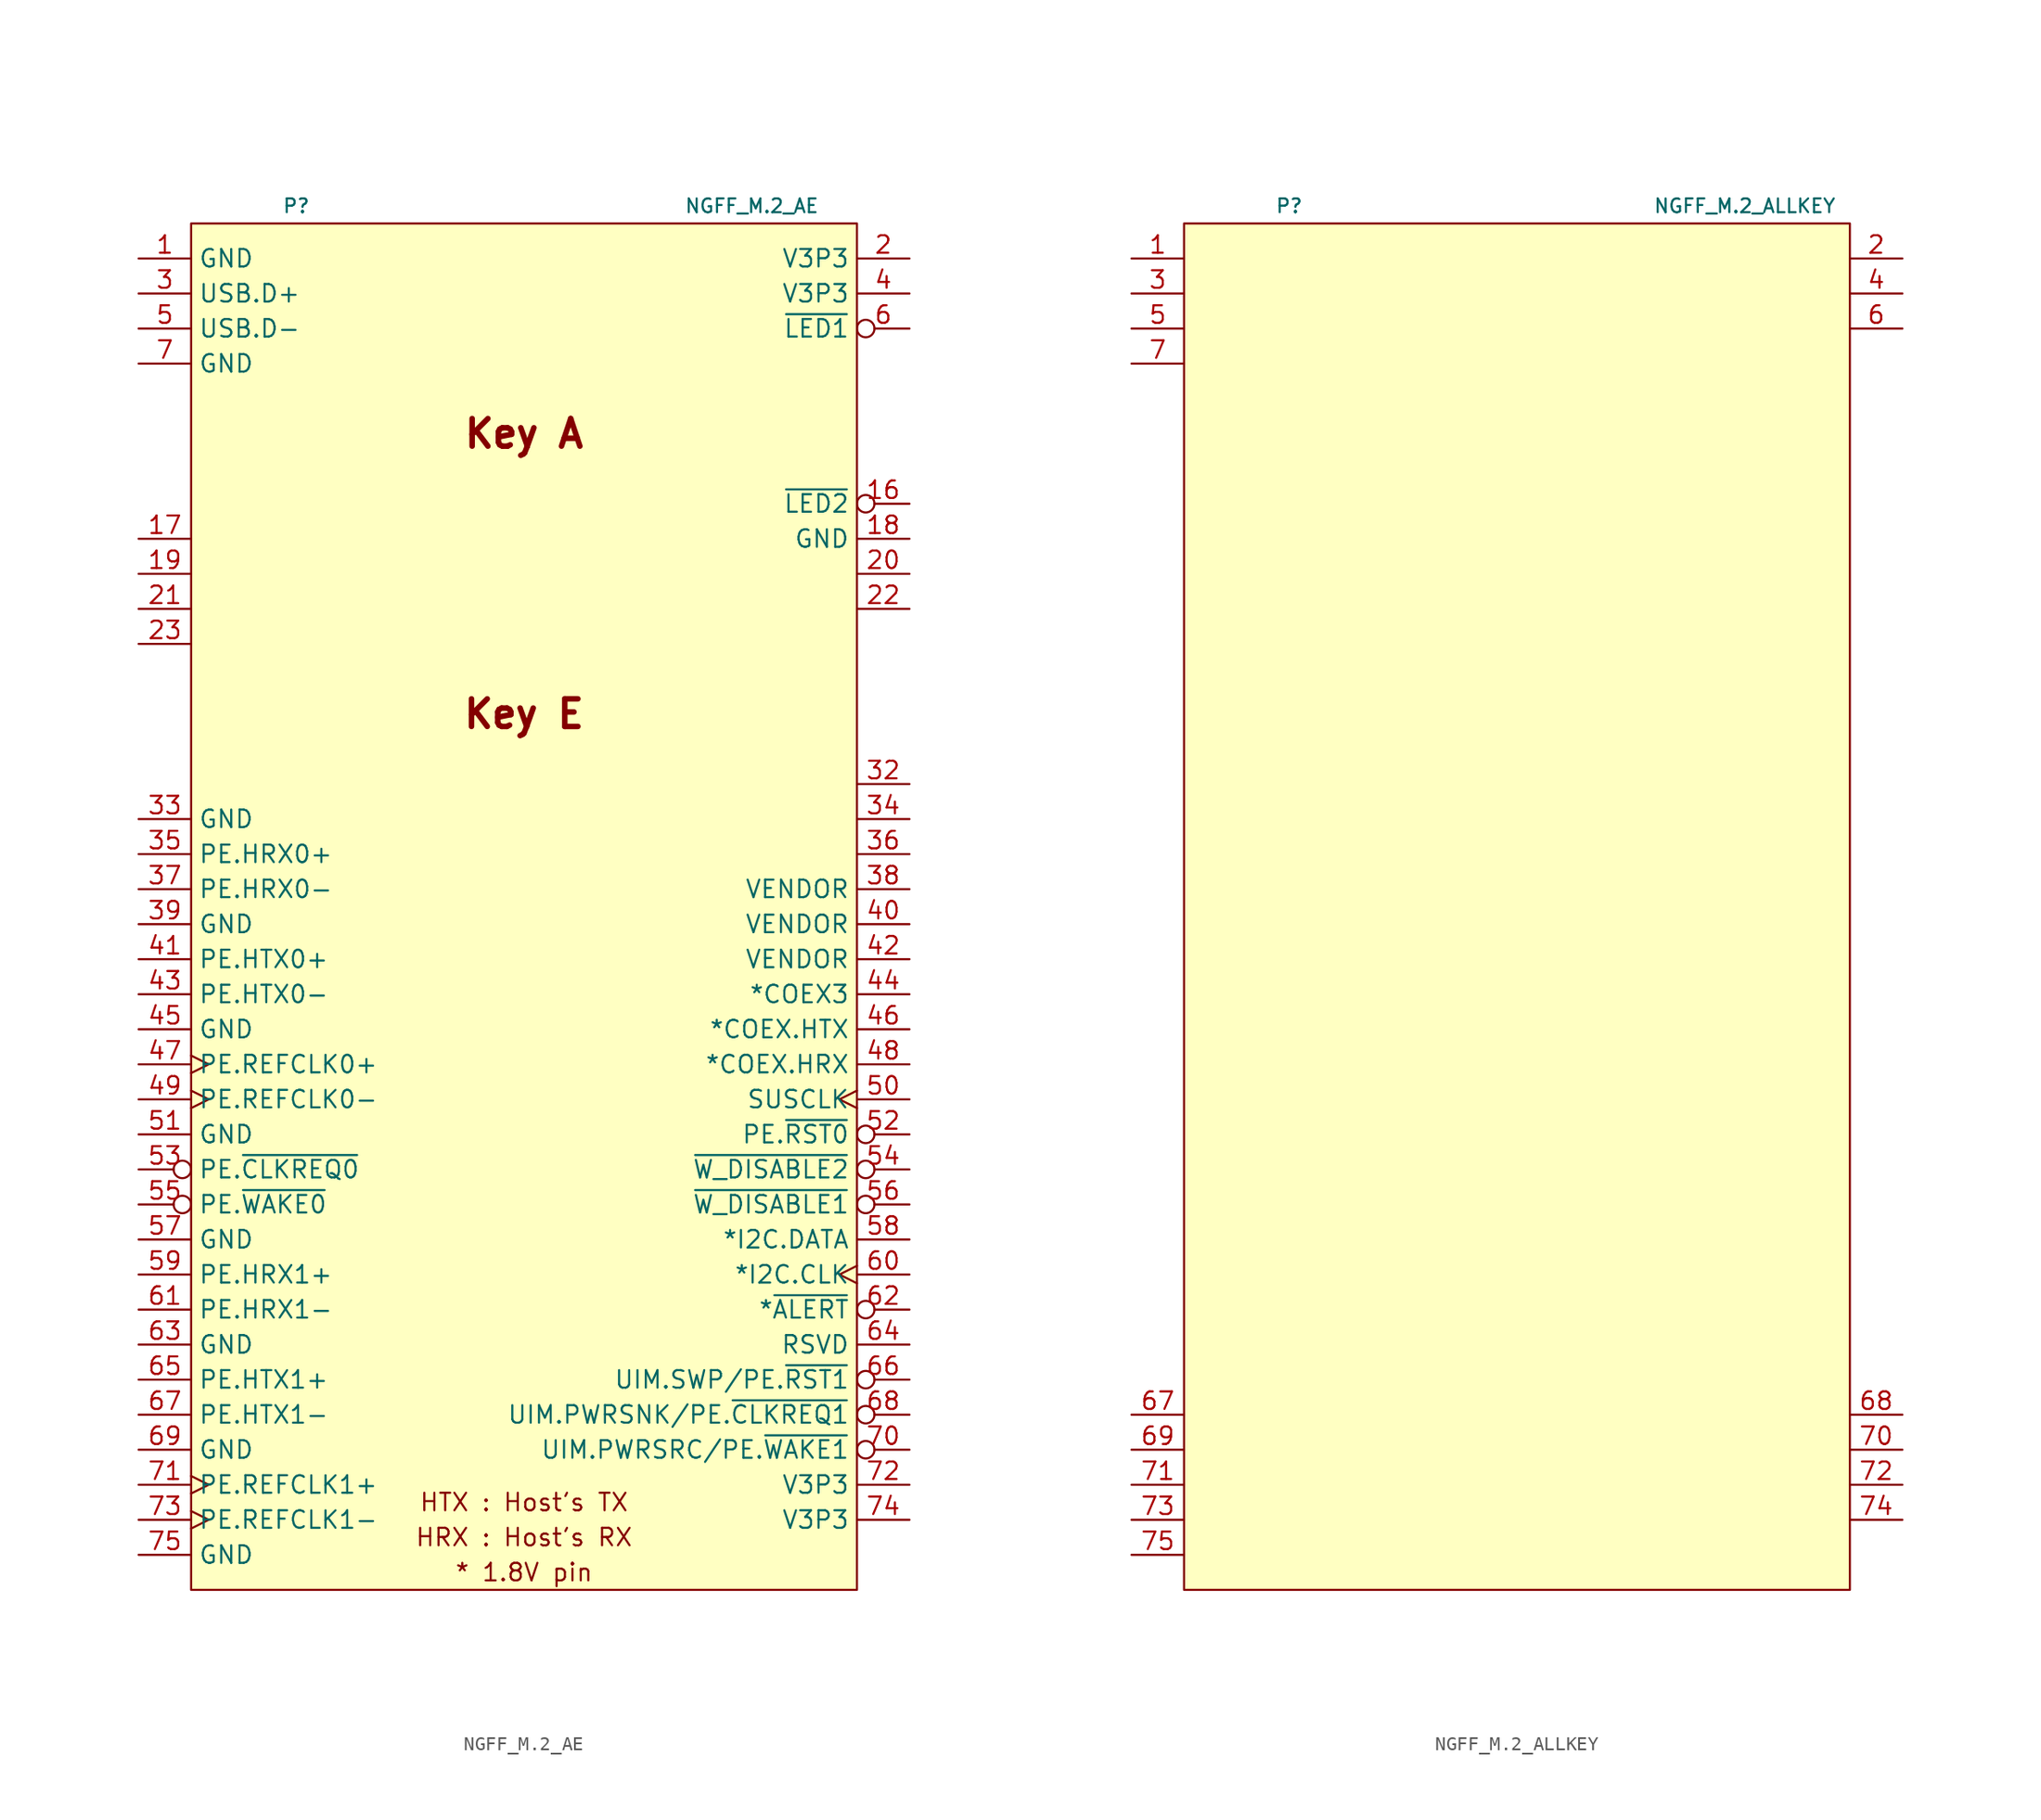
<source format=kicad_sym>
(kicad_symbol_lib
  (version 20231120)
  (generator "kicad_symbol_editor")
  (generator_version "8.0")
  (symbol "NGFF_M.2_AE"
    (property "Reference" "P"
      (at -16.51 52.07 0)
      (effects (font (size 1 1))))
    (property "Value" "NGFF_M.2_AE"
      (at 16.51 52.07 0)
      (effects (font (size 1 1))))
    (symbol "NGFF_M.2_AE_0_0"
      (text "* 1.8V pin" (at 0 -46.99 0) (effects (font (size 1.27 1.27))))
      (text "HRX : Host's RX" (at 0 -44.45 0) (effects (font (size 1.27 1.27))))
      (text "HTX : Host's TX" (at 0 -41.91 0) (effects (font (size 1.27 1.27))))
      (text "Key A" (at 0 35.56 0) (effects (font (size 2 2) (bold yes))))
      (text "Key E" (at 0 15.24 0) (effects (font (size 2 2) (bold yes)))))
    (symbol "NGFF_M.2_AE_1_1"
      (rectangle (start -24.13 50.8) (end 24.13 -48.26) (stroke (width 0.152) (type default)) (fill (type background)))
      (pin power_in line (at -27.94 48.26 0) (length 3.81) (name "GND" (effects (font (size 1.27 1.27)))) (number "1" (effects (font (size 1.27 1.27)))))
      (pin bidirectional inverted (at 27.94 30.48 180) (length 3.81) (name "~{LED2}" (effects (font (size 1.27 1.27)))) (number "16" (effects (font (size 1.27 1.27)))))
      (pin bidirectional line (at -27.94 27.94 0) (length 3.81) (name "" (effects (font (size 1.27 1.27)))) (number "17" (effects (font (size 1.27 1.27)))))
      (pin power_in line (at 27.94 27.94 180) (length 3.81) (name "GND" (effects (font (size 1.27 1.27)))) (number "18" (effects (font (size 1.27 1.27)))))
      (pin bidirectional line (at -27.94 25.4 0) (length 3.81) (name "" (effects (font (size 1.27 1.27)))) (number "19" (effects (font (size 1.27 1.27)))))
      (pin power_in line (at 27.94 48.26 180) (length 3.81) (name "V3P3" (effects (font (size 1.27 1.27)))) (number "2" (effects (font (size 1.27 1.27)))))
      (pin bidirectional line (at 27.94 25.4 180) (length 3.81) (name "" (effects (font (size 1.27 1.27)))) (number "20" (effects (font (size 1.27 1.27)))))
      (pin bidirectional line (at -27.94 22.86 0) (length 3.81) (name "" (effects (font (size 1.27 1.27)))) (number "21" (effects (font (size 1.27 1.27)))))
      (pin bidirectional line (at 27.94 22.86 180) (length 3.81) (name "" (effects (font (size 1.27 1.27)))) (number "22" (effects (font (size 1.27 1.27)))))
      (pin power_in line (at -27.94 20.32 0) (length 3.81) (name "" (effects (font (size 1.27 1.27)))) (number "23" (effects (font (size 1.27 1.27)))))
      (pin bidirectional line (at -27.94 45.72 0) (length 3.81) (name "USB.D+" (effects (font (size 1.27 1.27)))) (number "3" (effects (font (size 1.27 1.27)))))
      (pin bidirectional line (at 27.94 10.16 180) (length 3.81) (name "" (effects (font (size 1.27 1.27)))) (number "32" (effects (font (size 1.27 1.27)))))
      (pin power_in line (at -27.94 7.62 0) (length 3.81) (name "GND" (effects (font (size 1.27 1.27)))) (number "33" (effects (font (size 1.27 1.27)))))
      (pin bidirectional line (at 27.94 7.62 180) (length 3.81) (name "" (effects (font (size 1.27 1.27)))) (number "34" (effects (font (size 1.27 1.27)))))
      (pin bidirectional line (at -27.94 5.08 0) (length 3.81) (name "PE.HRX0+" (effects (font (size 1.27 1.27)))) (number "35" (effects (font (size 1.27 1.27)))))
      (pin power_in line (at 27.94 5.08 180) (length 3.81) (name "" (effects (font (size 1.27 1.27)))) (number "36" (effects (font (size 1.27 1.27)))))
      (pin bidirectional line (at -27.94 2.54 0) (length 3.81) (name "PE.HRX0-" (effects (font (size 1.27 1.27)))) (number "37" (effects (font (size 1.27 1.27)))))
      (pin passive line (at 27.94 2.54 180) (length 3.81) (name "VENDOR" (effects (font (size 1.27 1.27)))) (number "38" (effects (font (size 1.27 1.27)))))
      (pin power_in line (at -27.94 0 0) (length 3.81) (name "GND" (effects (font (size 1.27 1.27)))) (number "39" (effects (font (size 1.27 1.27)))))
      (pin power_in line (at 27.94 45.72 180) (length 3.81) (name "V3P3" (effects (font (size 1.27 1.27)))) (number "4" (effects (font (size 1.27 1.27)))))
      (pin passive line (at 27.94 0 180) (length 3.81) (name "VENDOR" (effects (font (size 1.27 1.27)))) (number "40" (effects (font (size 1.27 1.27)))))
      (pin bidirectional line (at -27.94 -2.54 0) (length 3.81) (name "PE.HTX0+" (effects (font (size 1.27 1.27)))) (number "41" (effects (font (size 1.27 1.27)))))
      (pin passive line (at 27.94 -2.54 180) (length 3.81) (name "VENDOR" (effects (font (size 1.27 1.27)))) (number "42" (effects (font (size 1.27 1.27)))))
      (pin bidirectional line (at -27.94 -5.08 0) (length 3.81) (name "PE.HTX0-" (effects (font (size 1.27 1.27)))) (number "43" (effects (font (size 1.27 1.27)))))
      (pin bidirectional line (at 27.94 -5.08 180) (length 3.81) (name "*COEX3" (effects (font (size 1.27 1.27)))) (number "44" (effects (font (size 1.27 1.27)))))
      (pin power_in line (at -27.94 -7.62 0) (length 3.81) (name "GND" (effects (font (size 1.27 1.27)))) (number "45" (effects (font (size 1.27 1.27)))))
      (pin bidirectional line (at 27.94 -7.62 180) (length 3.81) (name "*COEX.HTX" (effects (font (size 1.27 1.27)))) (number "46" (effects (font (size 1.27 1.27)))))
      (pin bidirectional clock (at -27.94 -10.16 0) (length 3.81) (name "PE.REFCLK0+" (effects (font (size 1.27 1.27)))) (number "47" (effects (font (size 1.27 1.27)))))
      (pin bidirectional line (at 27.94 -10.16 180) (length 3.81) (name "*COEX.HRX" (effects (font (size 1.27 1.27)))) (number "48" (effects (font (size 1.27 1.27)))))
      (pin bidirectional clock (at -27.94 -12.7 0) (length 3.81) (name "PE.REFCLK0-" (effects (font (size 1.27 1.27)))) (number "49" (effects (font (size 1.27 1.27)))))
      (pin bidirectional line (at -27.94 43.18 0) (length 3.81) (name "USB.D-" (effects (font (size 1.27 1.27)))) (number "5" (effects (font (size 1.27 1.27)))))
      (pin bidirectional clock (at 27.94 -12.7 180) (length 3.81) (name "SUSCLK" (effects (font (size 1.27 1.27)))) (number "50" (effects (font (size 1.27 1.27)))))
      (pin power_in line (at -27.94 -15.24 0) (length 3.81) (name "GND" (effects (font (size 1.27 1.27)))) (number "51" (effects (font (size 1.27 1.27)))))
      (pin bidirectional inverted (at 27.94 -15.24 180) (length 3.81) (name "PE.~{RST0}" (effects (font (size 1.27 1.27)))) (number "52" (effects (font (size 1.27 1.27)))))
      (pin bidirectional inverted (at -27.94 -17.78 0) (length 3.81) (name "PE.~{CLKREQ0}" (effects (font (size 1.27 1.27)))) (number "53" (effects (font (size 1.27 1.27)))))
      (pin bidirectional inverted (at 27.94 -17.78 180) (length 3.81) (name "~{W_DISABLE2}" (effects (font (size 1.27 1.27)))) (number "54" (effects (font (size 1.27 1.27)))))
      (pin bidirectional inverted (at -27.94 -20.32 0) (length 3.81) (name "PE.~{WAKE0}" (effects (font (size 1.27 1.27)))) (number "55" (effects (font (size 1.27 1.27)))))
      (pin bidirectional inverted (at 27.94 -20.32 180) (length 3.81) (name "~{W_DISABLE1}" (effects (font (size 1.27 1.27)))) (number "56" (effects (font (size 1.27 1.27)))))
      (pin power_in line (at -27.94 -22.86 0) (length 3.81) (name "GND" (effects (font (size 1.27 1.27)))) (number "57" (effects (font (size 1.27 1.27)))))
      (pin bidirectional line (at 27.94 -22.86 180) (length 3.81) (name "*I2C.DATA" (effects (font (size 1.27 1.27)))) (number "58" (effects (font (size 1.27 1.27)))))
      (pin bidirectional line (at -27.94 -25.4 0) (length 3.81) (name "PE.HRX1+" (effects (font (size 1.27 1.27)))) (number "59" (effects (font (size 1.27 1.27)))))
      (pin bidirectional inverted (at 27.94 43.18 180) (length 3.81) (name "~{LED1}" (effects (font (size 1.27 1.27)))) (number "6" (effects (font (size 1.27 1.27)))))
      (pin bidirectional clock (at 27.94 -25.4 180) (length 3.81) (name "*I2C.CLK" (effects (font (size 1.27 1.27)))) (number "60" (effects (font (size 1.27 1.27)))))
      (pin bidirectional line (at -27.94 -27.94 0) (length 3.81) (name "PE.HRX1-" (effects (font (size 1.27 1.27)))) (number "61" (effects (font (size 1.27 1.27)))))
      (pin bidirectional inverted (at 27.94 -27.94 180) (length 3.81) (name "*~{ALERT}" (effects (font (size 1.27 1.27)))) (number "62" (effects (font (size 1.27 1.27)))))
      (pin power_in line (at -27.94 -30.48 0) (length 3.81) (name "GND" (effects (font (size 1.27 1.27)))) (number "63" (effects (font (size 1.27 1.27)))))
      (pin passive line (at 27.94 -30.48 180) (length 3.81) (name "RSVD" (effects (font (size 1.27 1.27)))) (number "64" (effects (font (size 1.27 1.27)))))
      (pin bidirectional line (at -27.94 -33.02 0) (length 3.81) (name "PE.HTX1+" (effects (font (size 1.27 1.27)))) (number "65" (effects (font (size 1.27 1.27)))))
      (pin bidirectional inverted (at 27.94 -33.02 180) (length 3.81) (name "UIM.SWP/PE.~{RST1}" (effects (font (size 1.27 1.27)))) (number "66" (effects (font (size 1.27 1.27)))))
      (pin bidirectional line (at -27.94 -35.56 0) (length 3.81) (name "PE.HTX1-" (effects (font (size 1.27 1.27)))) (number "67" (effects (font (size 1.27 1.27)))))
      (pin bidirectional inverted (at 27.94 -35.56 180) (length 3.81) (name "UIM.PWRSNK/PE.~{CLKREQ1}" (effects (font (size 1.27 1.27)))) (number "68" (effects (font (size 1.27 1.27)))))
      (pin power_in line (at -27.94 -38.1 0) (length 3.81) (name "GND" (effects (font (size 1.27 1.27)))) (number "69" (effects (font (size 1.27 1.27)))))
      (pin power_in line (at -27.94 40.64 0) (length 3.81) (name "GND" (effects (font (size 1.27 1.27)))) (number "7" (effects (font (size 1.27 1.27)))))
      (pin bidirectional inverted (at 27.94 -38.1 180) (length 3.81) (name "UIM.PWRSRC/PE.~{WAKE1}" (effects (font (size 1.27 1.27)))) (number "70" (effects (font (size 1.27 1.27)))))
      (pin bidirectional clock (at -27.94 -40.64 0) (length 3.81) (name "PE.REFCLK1+" (effects (font (size 1.27 1.27)))) (number "71" (effects (font (size 1.27 1.27)))))
      (pin power_in line (at 27.94 -40.64 180) (length 3.81) (name "V3P3" (effects (font (size 1.27 1.27)))) (number "72" (effects (font (size 1.27 1.27)))))
      (pin bidirectional clock (at -27.94 -43.18 0) (length 3.81) (name "PE.REFCLK1-" (effects (font (size 1.27 1.27)))) (number "73" (effects (font (size 1.27 1.27)))))
      (pin power_in line (at 27.94 -43.18 180) (length 3.81) (name "V3P3" (effects (font (size 1.27 1.27)))) (number "74" (effects (font (size 1.27 1.27)))))
      (pin power_in line (at -27.94 -45.72 0) (length 3.81) (name "GND" (effects (font (size 1.27 1.27)))) (number "75" (effects (font (size 1.27 1.27)))))))
  (symbol "NGFF_M.2_ALLKEY"
    (property "Reference" "P"
      (at -16.51 52.07 0)
      (effects (font (size 1 1))))
    (property "Value" "NGFF_M.2_ALLKEY"
      (at 16.51 52.07 0)
      (effects (font (size 1 1))))
    (symbol "NGFF_M.2_ALLKEY_1_1"
      (rectangle (start -24.13 50.8) (end 24.13 -48.26) (stroke (width 0.152) (type default)) (fill (type background)))
      (pin passive line (at -27.94 48.26 0) (length 3.81) (name "" (effects (font (size 1.27 1.27)))) (number "1" (effects (font (size 1.27 1.27)))))
      (pin passive line (at 27.94 48.26 180) (length 3.81) (name "" (effects (font (size 1.27 1.27)))) (number "2" (effects (font (size 1.27 1.27)))))
      (pin passive line (at -27.94 45.72 0) (length 3.81) (name "" (effects (font (size 1.27 1.27)))) (number "3" (effects (font (size 1.27 1.27)))))
      (pin passive line (at 27.94 45.72 180) (length 3.81) (name "" (effects (font (size 1.27 1.27)))) (number "4" (effects (font (size 1.27 1.27)))))
      (pin passive line (at -27.94 43.18 0) (length 3.81) (name "" (effects (font (size 1.27 1.27)))) (number "5" (effects (font (size 1.27 1.27)))))
      (pin passive line (at 27.94 43.18 180) (length 3.81) (name "" (effects (font (size 1.27 1.27)))) (number "6" (effects (font (size 1.27 1.27)))))
      (pin passive line (at -27.94 -35.56 0) (length 3.81) (name "" (effects (font (size 1.27 1.27)))) (number "67" (effects (font (size 1.27 1.27)))))
      (pin passive line (at 27.94 -35.56 180) (length 3.81) (name "" (effects (font (size 1.27 1.27)))) (number "68" (effects (font (size 1.27 1.27)))))
      (pin passive line (at -27.94 -38.1 0) (length 3.81) (name "" (effects (font (size 1.27 1.27)))) (number "69" (effects (font (size 1.27 1.27)))))
      (pin passive line (at -27.94 40.64 0) (length 3.81) (name "" (effects (font (size 1.27 1.27)))) (number "7" (effects (font (size 1.27 1.27)))))
      (pin passive line (at 27.94 -38.1 180) (length 3.81) (name "" (effects (font (size 1.27 1.27)))) (number "70" (effects (font (size 1.27 1.27)))))
      (pin passive line (at -27.94 -40.64 0) (length 3.81) (name "" (effects (font (size 1.27 1.27)))) (number "71" (effects (font (size 1.27 1.27)))))
      (pin passive line (at 27.94 -40.64 180) (length 3.81) (name "" (effects (font (size 1.27 1.27)))) (number "72" (effects (font (size 1.27 1.27)))))
      (pin passive line (at -27.94 -43.18 0) (length 3.81) (name "" (effects (font (size 1.27 1.27)))) (number "73" (effects (font (size 1.27 1.27)))))
      (pin passive line (at 27.94 -43.18 180) (length 3.81) (name "" (effects (font (size 1.27 1.27)))) (number "74" (effects (font (size 1.27 1.27)))))
      (pin passive line (at -27.94 -45.72 0) (length 3.81) (name "" (effects (font (size 1.27 1.27)))) (number "75" (effects (font (size 1.27 1.27))))))))
</source>
